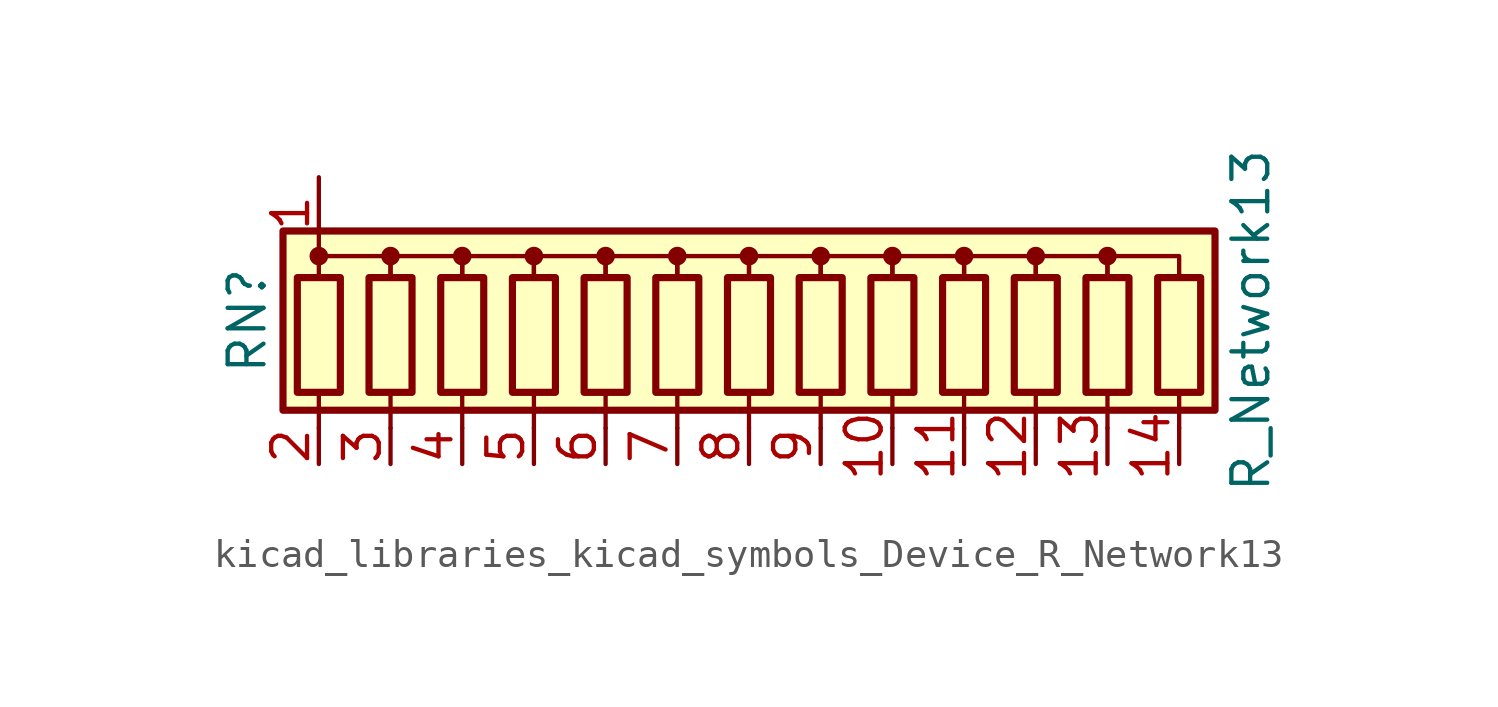
<source format=kicad_sym>
(kicad_symbol_lib
  (version 20220914)
  (generator kicad_symbol_editor)
  (symbol "kicad_libraries_kicad_symbols_Device_R_Network13"
    (pin_names
      (offset 0) hide)
    (property "Reference" "RN"
      (at -17.78 0 90)
      (effects (font (size 1.27 1.27))))
    (property "Value" "R_Network13"
      (at 17.78 0 90)
      (effects (font (size 1.27 1.27))))
    (symbol "kicad_libraries_kicad_symbols_Device_R_Network13_0_1"
      (rectangle (start -16.51 -3.175) (end 16.51 3.175) (stroke (width 0.254) (type default)) (fill (type background)))
      (rectangle (start -16.002 1.524) (end -14.478 -2.54) (stroke (width 0.254) (type default)) (fill (type none)))
      (circle (center -15.24 2.286) (radius 0.254) (stroke (width 0) (type default)) (fill (type outline)))
      (rectangle (start -13.462 1.524) (end -11.938 -2.54) (stroke (width 0.254) (type default)) (fill (type none)))
      (circle (center -12.7 2.286) (radius 0.254) (stroke (width 0) (type default)) (fill (type outline)))
      (rectangle (start -10.922 1.524) (end -9.398 -2.54) (stroke (width 0.254) (type default)) (fill (type none)))
      (circle (center -10.16 2.286) (radius 0.254) (stroke (width 0) (type default)) (fill (type outline)))
      (rectangle (start -8.382 1.524) (end -6.858 -2.54) (stroke (width 0.254) (type default)) (fill (type none)))
      (circle (center -7.62 2.286) (radius 0.254) (stroke (width 0) (type default)) (fill (type outline)))
      (rectangle (start -5.842 1.524) (end -4.318 -2.54) (stroke (width 0.254) (type default)) (fill (type none)))
      (circle (center -5.08 2.286) (radius 0.254) (stroke (width 0) (type default)) (fill (type outline)))
      (rectangle (start -3.302 1.524) (end -1.778 -2.54) (stroke (width 0.254) (type default)) (fill (type none)))
      (circle (center -2.54 2.286) (radius 0.254) (stroke (width 0) (type default)) (fill (type outline)))
      (rectangle (start -0.762 1.524) (end 0.762 -2.54) (stroke (width 0.254) (type default)) (fill (type none)))
      (polyline (pts (xy -15.24 -2.54) (xy -15.24 -3.81)) (stroke (width 0) (type default)) (fill (type none)))
      (polyline (pts (xy -12.7 -2.54) (xy -12.7 -3.81)) (stroke (width 0) (type default)) (fill (type none)))
      (polyline (pts (xy -10.16 -2.54) (xy -10.16 -3.81)) (stroke (width 0) (type default)) (fill (type none)))
      (polyline (pts (xy -7.62 -2.54) (xy -7.62 -3.81)) (stroke (width 0) (type default)) (fill (type none)))
      (polyline (pts (xy -5.08 -2.54) (xy -5.08 -3.81)) (stroke (width 0) (type default)) (fill (type none)))
      (polyline (pts (xy -2.54 -2.54) (xy -2.54 -3.81)) (stroke (width 0) (type default)) (fill (type none)))
      (polyline (pts (xy 0 -2.54) (xy 0 -3.81)) (stroke (width 0) (type default)) (fill (type none)))
      (polyline (pts (xy 2.54 -2.54) (xy 2.54 -3.81)) (stroke (width 0) (type default)) (fill (type none)))
      (polyline (pts (xy 5.08 -2.54) (xy 5.08 -3.81)) (stroke (width 0) (type default)) (fill (type none)))
      (polyline (pts (xy 7.62 -2.54) (xy 7.62 -3.81)) (stroke (width 0) (type default)) (fill (type none)))
      (polyline (pts (xy 10.16 -2.54) (xy 10.16 -3.81)) (stroke (width 0) (type default)) (fill (type none)))
      (polyline (pts (xy 12.7 -2.54) (xy 12.7 -3.81)) (stroke (width 0) (type default)) (fill (type none)))
      (polyline (pts (xy 15.24 -2.54) (xy 15.24 -3.81)) (stroke (width 0) (type default)) (fill (type none)))
      (polyline (pts (xy -15.24 1.524) (xy -15.24 2.286) (xy -12.7 2.286) (xy -12.7 1.524)) (stroke (width 0) (type default)) (fill (type none)))
      (polyline (pts (xy -12.7 1.524) (xy -12.7 2.286) (xy -10.16 2.286) (xy -10.16 1.524)) (stroke (width 0) (type default)) (fill (type none)))
      (polyline (pts (xy -10.16 1.524) (xy -10.16 2.286) (xy -7.62 2.286) (xy -7.62 1.524)) (stroke (width 0) (type default)) (fill (type none)))
      (polyline (pts (xy -7.62 1.524) (xy -7.62 2.286) (xy -5.08 2.286) (xy -5.08 1.524)) (stroke (width 0) (type default)) (fill (type none)))
      (polyline (pts (xy -5.08 1.524) (xy -5.08 2.286) (xy -2.54 2.286) (xy -2.54 1.524)) (stroke (width 0) (type default)) (fill (type none)))
      (polyline (pts (xy -2.54 1.524) (xy -2.54 2.286) (xy 0 2.286) (xy 0 1.524)) (stroke (width 0) (type default)) (fill (type none)))
      (polyline (pts (xy 0 1.524) (xy 0 2.286) (xy 2.54 2.286) (xy 2.54 1.524)) (stroke (width 0) (type default)) (fill (type none)))
      (polyline (pts (xy 2.54 1.524) (xy 2.54 2.286) (xy 5.08 2.286) (xy 5.08 1.524)) (stroke (width 0) (type default)) (fill (type none)))
      (polyline (pts (xy 5.08 1.524) (xy 5.08 2.286) (xy 7.62 2.286) (xy 7.62 1.524)) (stroke (width 0) (type default)) (fill (type none)))
      (polyline (pts (xy 7.62 1.524) (xy 7.62 2.286) (xy 10.16 2.286) (xy 10.16 1.524)) (stroke (width 0) (type default)) (fill (type none)))
      (polyline (pts (xy 10.16 1.524) (xy 10.16 2.286) (xy 12.7 2.286) (xy 12.7 1.524)) (stroke (width 0) (type default)) (fill (type none)))
      (polyline (pts (xy 12.7 1.524) (xy 12.7 2.286) (xy 15.24 2.286) (xy 15.24 1.524)) (stroke (width 0) (type default)) (fill (type none)))
      (circle (center 0 2.286) (radius 0.254) (stroke (width 0) (type default)) (fill (type outline)))
      (rectangle (start 1.778 1.524) (end 3.302 -2.54) (stroke (width 0.254) (type default)) (fill (type none)))
      (circle (center 2.54 2.286) (radius 0.254) (stroke (width 0) (type default)) (fill (type outline)))
      (rectangle (start 4.318 1.524) (end 5.842 -2.54) (stroke (width 0.254) (type default)) (fill (type none)))
      (circle (center 5.08 2.286) (radius 0.254) (stroke (width 0) (type default)) (fill (type outline)))
      (rectangle (start 6.858 1.524) (end 8.382 -2.54) (stroke (width 0.254) (type default)) (fill (type none)))
      (circle (center 7.62 2.286) (radius 0.254) (stroke (width 0) (type default)) (fill (type outline)))
      (rectangle (start 9.398 1.524) (end 10.922 -2.54) (stroke (width 0.254) (type default)) (fill (type none)))
      (circle (center 10.16 2.286) (radius 0.254) (stroke (width 0) (type default)) (fill (type outline)))
      (rectangle (start 11.938 1.524) (end 13.462 -2.54) (stroke (width 0.254) (type default)) (fill (type none)))
      (circle (center 12.7 2.286) (radius 0.254) (stroke (width 0) (type default)) (fill (type outline)))
      (rectangle (start 14.478 1.524) (end 16.002 -2.54) (stroke (width 0.254) (type default)) (fill (type none))))
    (symbol "kicad_libraries_kicad_symbols_Device_R_Network13_1_1"
      (pin passive line (at -15.24 5.08 270) (length 2.54) (name "common" (effects (font (size 1.27 1.27)))) (number "1" (effects (font (size 1.27 1.27)))))
      (pin passive line (at 5.08 -5.08 90) (length 1.27) (name "R9" (effects (font (size 1.27 1.27)))) (number "10" (effects (font (size 1.27 1.27)))))
      (pin passive line (at 7.62 -5.08 90) (length 1.27) (name "R10" (effects (font (size 1.27 1.27)))) (number "11" (effects (font (size 1.27 1.27)))))
      (pin passive line (at 10.16 -5.08 90) (length 1.27) (name "R11" (effects (font (size 1.27 1.27)))) (number "12" (effects (font (size 1.27 1.27)))))
      (pin passive line (at 12.7 -5.08 90) (length 1.27) (name "R12" (effects (font (size 1.27 1.27)))) (number "13" (effects (font (size 1.27 1.27)))))
      (pin passive line (at 15.24 -5.08 90) (length 1.27) (name "R13" (effects (font (size 1.27 1.27)))) (number "14" (effects (font (size 1.27 1.27)))))
      (pin passive line (at -15.24 -5.08 90) (length 1.27) (name "R1" (effects (font (size 1.27 1.27)))) (number "2" (effects (font (size 1.27 1.27)))))
      (pin passive line (at -12.7 -5.08 90) (length 1.27) (name "R2" (effects (font (size 1.27 1.27)))) (number "3" (effects (font (size 1.27 1.27)))))
      (pin passive line (at -10.16 -5.08 90) (length 1.27) (name "R3" (effects (font (size 1.27 1.27)))) (number "4" (effects (font (size 1.27 1.27)))))
      (pin passive line (at -7.62 -5.08 90) (length 1.27) (name "R4" (effects (font (size 1.27 1.27)))) (number "5" (effects (font (size 1.27 1.27)))))
      (pin passive line (at -5.08 -5.08 90) (length 1.27) (name "R5" (effects (font (size 1.27 1.27)))) (number "6" (effects (font (size 1.27 1.27)))))
      (pin passive line (at -2.54 -5.08 90) (length 1.27) (name "R6" (effects (font (size 1.27 1.27)))) (number "7" (effects (font (size 1.27 1.27)))))
      (pin passive line (at 0 -5.08 90) (length 1.27) (name "R7" (effects (font (size 1.27 1.27)))) (number "8" (effects (font (size 1.27 1.27)))))
      (pin passive line (at 2.54 -5.08 90) (length 1.27) (name "R8" (effects (font (size 1.27 1.27)))) (number "9" (effects (font (size 1.27 1.27))))))))
</source>
